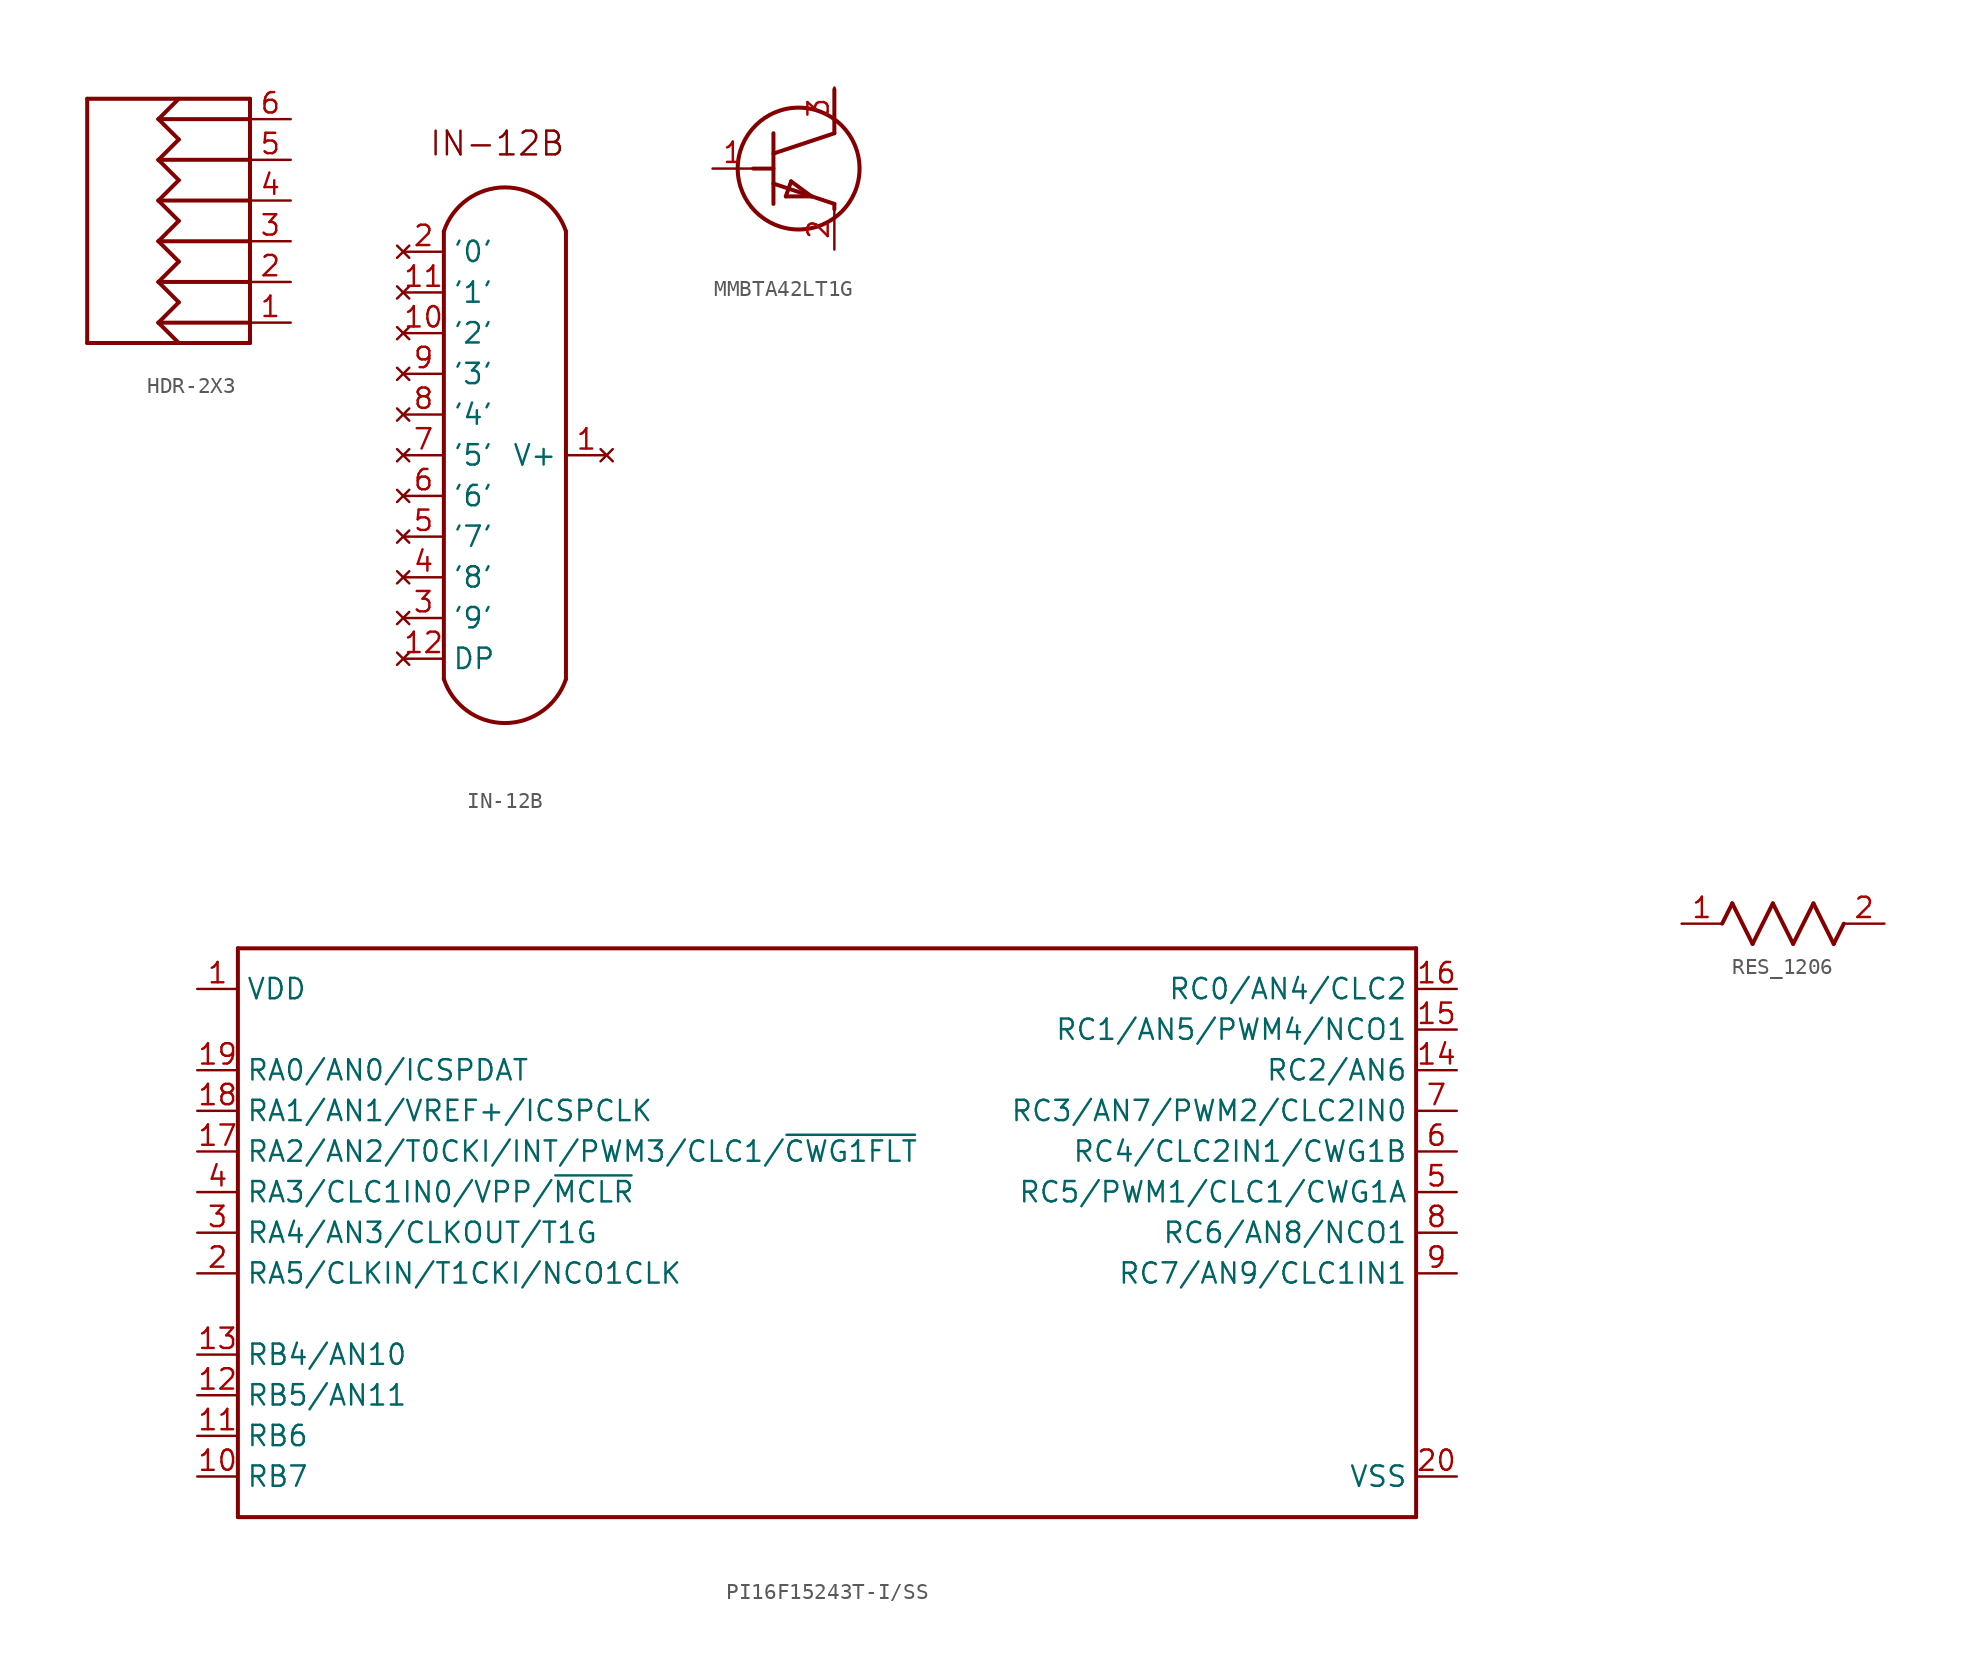
<source format=kicad_sym>
(kicad_symbol_lib
  (version 20231120)
  (generator "kicad_symbol_editor")
  (generator_version "8.0")
  (symbol "HDR-2X3"
    (property "Reference" "J"
      (at 0 0 0)
      (effects (font (size 1.27 1.27)) (hide yes)))
    (property "ki_locked" ""
      (at 0 0 0)
      (effects (font (size 1.27 1.27))))
    (symbol "HDR-2X3_1_0"
      (polyline (pts (xy -5.08 -7.62) (xy -5.08 7.62)) (stroke (width 0.25) (type solid)) (fill (type none)))
      (polyline (pts (xy -5.08 7.62) (xy 5.08 7.62)) (stroke (width 0.25) (type solid)) (fill (type none)))
      (polyline (pts (xy -0.635 -6.35) (xy 0.635 -7.62)) (stroke (width 0.25) (type solid)) (fill (type none)))
      (polyline (pts (xy -0.635 -6.35) (xy 0.635 -5.08)) (stroke (width 0.25) (type solid)) (fill (type none)))
      (polyline (pts (xy -0.635 -6.35) (xy 5.08 -6.35)) (stroke (width 0.25) (type solid)) (fill (type none)))
      (polyline (pts (xy -0.635 -3.81) (xy 0.635 -5.08)) (stroke (width 0.25) (type solid)) (fill (type none)))
      (polyline (pts (xy -0.635 -3.81) (xy 0.635 -2.54)) (stroke (width 0.25) (type solid)) (fill (type none)))
      (polyline (pts (xy -0.635 -3.81) (xy 5.08 -3.81)) (stroke (width 0.25) (type solid)) (fill (type none)))
      (polyline (pts (xy -0.635 -1.27) (xy 0.635 -2.54)) (stroke (width 0.25) (type solid)) (fill (type none)))
      (polyline (pts (xy -0.635 -1.27) (xy 0.635 0)) (stroke (width 0.25) (type solid)) (fill (type none)))
      (polyline (pts (xy -0.635 -1.27) (xy 5.08 -1.27)) (stroke (width 0.25) (type solid)) (fill (type none)))
      (polyline (pts (xy -0.635 1.27) (xy 0.635 0)) (stroke (width 0.25) (type solid)) (fill (type none)))
      (polyline (pts (xy -0.635 1.27) (xy 0.635 2.54)) (stroke (width 0.25) (type solid)) (fill (type none)))
      (polyline (pts (xy -0.635 1.27) (xy 5.08 1.27)) (stroke (width 0.25) (type solid)) (fill (type none)))
      (polyline (pts (xy -0.635 3.81) (xy 0.635 2.54)) (stroke (width 0.25) (type solid)) (fill (type none)))
      (polyline (pts (xy -0.635 3.81) (xy 0.635 5.08)) (stroke (width 0.25) (type solid)) (fill (type none)))
      (polyline (pts (xy -0.635 3.81) (xy 5.08 3.81)) (stroke (width 0.25) (type solid)) (fill (type none)))
      (polyline (pts (xy -0.635 6.35) (xy 0.635 5.08)) (stroke (width 0.25) (type solid)) (fill (type none)))
      (polyline (pts (xy -0.635 6.35) (xy 0.635 7.62)) (stroke (width 0.25) (type solid)) (fill (type none)))
      (polyline (pts (xy -0.635 6.35) (xy 5.08 6.35)) (stroke (width 0.25) (type solid)) (fill (type none)))
      (polyline (pts (xy 5.08 -7.62) (xy -5.08 -7.62)) (stroke (width 0.25) (type solid)) (fill (type none)))
      (polyline (pts (xy 5.08 7.62) (xy 5.08 -7.62)) (stroke (width 0.25) (type solid)) (fill (type none)))
      (pin passive line (at 7.62 -6.35 180) (length 2.54) (name "P1" (effects (font (size 0 0)))) (number "1" (effects (font (size 1.27 1.27)))))
      (pin passive line (at 7.62 -3.81 180) (length 2.54) (name "P2" (effects (font (size 0 0)))) (number "2" (effects (font (size 1.27 1.27)))))
      (pin passive line (at 7.62 -1.27 180) (length 2.54) (name "P3" (effects (font (size 0 0)))) (number "3" (effects (font (size 1.27 1.27)))))
      (pin passive line (at 7.62 1.27 180) (length 2.54) (name "P4" (effects (font (size 0 0)))) (number "4" (effects (font (size 1.27 1.27)))))
      (pin passive line (at 7.62 3.81 180) (length 2.54) (name "P5" (effects (font (size 0 0)))) (number "5" (effects (font (size 1.27 1.27)))))
      (pin passive line (at 7.62 6.35 180) (length 2.54) (name "P6" (effects (font (size 0 0)))) (number "6" (effects (font (size 1.27 1.27)))))))
  (symbol "IN-12B"
    (property "Reference" "V"
      (at 0 0 0)
      (effects (font (size 1.27 1.27)) (hide yes)))
    (property "ki_locked" ""
      (at 0 0 0)
      (effects (font (size 1.27 1.27))))
    (symbol "IN-12B_1_0"
      (arc (start -3.81 -15.772) (mid 0.0001 -18.518) (end 3.8101 -15.7718) (stroke (width 0.25) (type solid)) (fill (type none)))
      (polyline (pts (xy -3.81 -15.772) (xy -3.81 12.168)) (stroke (width 0.25) (type solid)) (fill (type none)))
      (polyline (pts (xy 3.81 12.168) (xy 3.81 -15.772)) (stroke (width 0.25) (type solid)) (fill (type none)))
      (arc (start 3.81 12.168) (mid -0.0001 14.914) (end -3.8101 12.1678) (stroke (width 0.25) (type solid)) (fill (type none)))
      (text "IN-12B" (at 3.81 18.518 0) (effects (font (size 1.48 1.48)) (justify right top)))
      (pin no_connect line (at 6.35 -1.802 180) (length 2.54) (name "V+" (effects (font (size 1.27 1.27)))) (number "1" (effects (font (size 1.27 1.27)))))
      (pin no_connect line (at -6.35 5.818 0) (length 2.54) (name "'2'" (effects (font (size 1.27 1.27)))) (number "10" (effects (font (size 1.27 1.27)))))
      (pin no_connect line (at -6.35 8.358 0) (length 2.54) (name "'1'" (effects (font (size 1.27 1.27)))) (number "11" (effects (font (size 1.27 1.27)))))
      (pin no_connect line (at -6.35 -14.502 0) (length 2.54) (name "DP" (effects (font (size 1.27 1.27)))) (number "12" (effects (font (size 1.27 1.27)))))
      (pin no_connect line (at -6.35 10.898 0) (length 2.54) (name "'0'" (effects (font (size 1.27 1.27)))) (number "2" (effects (font (size 1.27 1.27)))))
      (pin no_connect line (at -6.35 -11.962 0) (length 2.54) (name "'9'" (effects (font (size 1.27 1.27)))) (number "3" (effects (font (size 1.27 1.27)))))
      (pin no_connect line (at -6.35 -9.422 0) (length 2.54) (name "'8'" (effects (font (size 1.27 1.27)))) (number "4" (effects (font (size 1.27 1.27)))))
      (pin no_connect line (at -6.35 -6.882 0) (length 2.54) (name "'7'" (effects (font (size 1.27 1.27)))) (number "5" (effects (font (size 1.27 1.27)))))
      (pin no_connect line (at -6.35 -4.342 0) (length 2.54) (name "'6'" (effects (font (size 1.27 1.27)))) (number "6" (effects (font (size 1.27 1.27)))))
      (pin no_connect line (at -6.35 -1.802 0) (length 2.54) (name "'5'" (effects (font (size 1.27 1.27)))) (number "7" (effects (font (size 1.27 1.27)))))
      (pin no_connect line (at -6.35 0.738 0) (length 2.54) (name "'4'" (effects (font (size 1.27 1.27)))) (number "8" (effects (font (size 1.27 1.27)))))
      (pin no_connect line (at -6.35 3.278 0) (length 2.54) (name "'3'" (effects (font (size 1.27 1.27)))) (number "9" (effects (font (size 1.27 1.27)))))))
  (symbol "MMBTA42LT1G"
    (property "Reference" "Q"
      (at 0 0 0)
      (effects (font (size 1.27 1.27)) (hide yes)))
    (property "ki_locked" ""
      (at 0 0 0)
      (effects (font (size 1.27 1.27))))
    (symbol "MMBTA42LT1G_1_0"
      (circle (center 0 -0.571) (radius 3.81) (stroke (width 0.254) (type solid)) (fill (type none)))
      (polyline (pts (xy -2.845 -0.572) (xy -1.575 -0.572)) (stroke (width 0.25) (type solid)) (fill (type none)))
      (polyline (pts (xy -1.575 -2.781) (xy -1.575 1.638)) (stroke (width 0.25) (type solid)) (fill (type none)))
      (polyline (pts (xy -1.575 -1.511) (xy 2.235 -2.781)) (stroke (width 0.25) (type solid)) (fill (type none)))
      (polyline (pts (xy -1.575 0.368) (xy 2.235 1.638)) (stroke (width 0.25) (type solid)) (fill (type none)))
      (polyline (pts (xy -0.8 -2.311) (xy -0.47 -1.372)) (stroke (width 0.25) (type solid)) (fill (type none)))
      (polyline (pts (xy -0.47 -1.372) (xy 0.8 -2.311)) (stroke (width 0.25) (type solid)) (fill (type none)))
      (polyline (pts (xy 0.8 -2.311) (xy -0.8 -2.311)) (stroke (width 0.25) (type solid)) (fill (type none)))
      (polyline (pts (xy 2.235 -3.111) (xy 2.235 -2.781)) (stroke (width 0.25) (type solid)) (fill (type none)))
      (polyline (pts (xy 2.235 1.638) (xy 2.235 4.381)) (stroke (width 0.25) (type solid)) (fill (type none)))
      (pin passive line (at -5.385 -0.572 0) (length 2.54) (name "B" (effects (font (size 0 0)))) (number "1" (effects (font (size 1.27 1.27)))))
      (pin passive line (at 2.235 -5.639 90) (length 2.54) (name "E" (effects (font (size 0 0)))) (number "2" (effects (font (size 1.27 1.27)))))
      (pin passive line (at 2.235 4.496 270) (length 2.54) (name "C" (effects (font (size 0 0)))) (number "3" (effects (font (size 1.27 1.27)))))))
  (symbol "PI16F15243T-I/SS"
    (property "Reference" "U"
      (at 0 0 0)
      (effects (font (size 1.27 1.27)) (hide yes)))
    (property "ki_locked" ""
      (at 0 0 0)
      (effects (font (size 1.27 1.27))))
    (symbol "PI16F15243T-I/SS_1_0"
      (polyline (pts (xy -36.83 -17.78) (xy -36.83 17.78)) (stroke (width 0.25) (type solid)) (fill (type none)))
      (polyline (pts (xy -36.83 17.78) (xy 36.83 17.78)) (stroke (width 0.25) (type solid)) (fill (type none)))
      (polyline (pts (xy 36.83 -17.78) (xy -36.83 -17.78)) (stroke (width 0.25) (type solid)) (fill (type none)))
      (polyline (pts (xy 36.83 17.78) (xy 36.83 -17.78)) (stroke (width 0.25) (type solid)) (fill (type none)))
      (pin power_in line (at -39.37 15.24 0) (length 2.54) (name "VDD" (effects (font (size 1.27 1.27)))) (number "1" (effects (font (size 1.27 1.27)))))
      (pin bidirectional line (at -39.37 -15.24 0) (length 2.54) (name "RB7" (effects (font (size 1.27 1.27)))) (number "10" (effects (font (size 1.27 1.27)))))
      (pin bidirectional line (at -39.37 -12.7 0) (length 2.54) (name "RB6" (effects (font (size 1.27 1.27)))) (number "11" (effects (font (size 1.27 1.27)))))
      (pin bidirectional line (at -39.37 -10.16 0) (length 2.54) (name "RB5/AN11" (effects (font (size 1.27 1.27)))) (number "12" (effects (font (size 1.27 1.27)))))
      (pin bidirectional line (at -39.37 -7.62 0) (length 2.54) (name "RB4/AN10" (effects (font (size 1.27 1.27)))) (number "13" (effects (font (size 1.27 1.27)))))
      (pin bidirectional line (at 39.37 10.16 180) (length 2.54) (name "RC2/AN6" (effects (font (size 1.27 1.27)))) (number "14" (effects (font (size 1.27 1.27)))))
      (pin bidirectional line (at 39.37 12.7 180) (length 2.54) (name "RC1/AN5/PWM4/NCO1" (effects (font (size 1.27 1.27)))) (number "15" (effects (font (size 1.27 1.27)))))
      (pin bidirectional line (at 39.37 15.24 180) (length 2.54) (name "RC0/AN4/CLC2" (effects (font (size 1.27 1.27)))) (number "16" (effects (font (size 1.27 1.27)))))
      (pin bidirectional line (at -39.37 5.08 0) (length 2.54) (name "RA2/AN2/T0CKI/INT/PWM3/CLC1/~{CWG1FLT}" (effects (font (size 1.27 1.27)))) (number "17" (effects (font (size 1.27 1.27)))))
      (pin bidirectional line (at -39.37 7.62 0) (length 2.54) (name "RA1/AN1/VREF+/ICSPCLK" (effects (font (size 1.27 1.27)))) (number "18" (effects (font (size 1.27 1.27)))))
      (pin bidirectional line (at -39.37 10.16 0) (length 2.54) (name "RA0/AN0/ICSPDAT" (effects (font (size 1.27 1.27)))) (number "19" (effects (font (size 1.27 1.27)))))
      (pin bidirectional line (at -39.37 -2.54 0) (length 2.54) (name "RA5/CLKIN/T1CKI/NCO1CLK" (effects (font (size 1.27 1.27)))) (number "2" (effects (font (size 1.27 1.27)))))
      (pin power_in line (at 39.37 -15.24 180) (length 2.54) (name "VSS" (effects (font (size 1.27 1.27)))) (number "20" (effects (font (size 1.27 1.27)))))
      (pin bidirectional line (at -39.37 0 0) (length 2.54) (name "RA4/AN3/CLKOUT/T1G" (effects (font (size 1.27 1.27)))) (number "3" (effects (font (size 1.27 1.27)))))
      (pin power_in line (at -39.37 2.54 0) (length 2.54) (name "RA3/CLC1IN0/VPP/~{MCLR}" (effects (font (size 1.27 1.27)))) (number "4" (effects (font (size 1.27 1.27)))))
      (pin bidirectional line (at 39.37 2.54 180) (length 2.54) (name "RC5/PWM1/CLC1/CWG1A" (effects (font (size 1.27 1.27)))) (number "5" (effects (font (size 1.27 1.27)))))
      (pin bidirectional line (at 39.37 5.08 180) (length 2.54) (name "RC4/CLC2IN1/CWG1B" (effects (font (size 1.27 1.27)))) (number "6" (effects (font (size 1.27 1.27)))))
      (pin bidirectional line (at 39.37 7.62 180) (length 2.54) (name "RC3/AN7/PWM2/CLC2IN0" (effects (font (size 1.27 1.27)))) (number "7" (effects (font (size 1.27 1.27)))))
      (pin bidirectional line (at 39.37 0 180) (length 2.54) (name "RC6/AN8/NCO1" (effects (font (size 1.27 1.27)))) (number "8" (effects (font (size 1.27 1.27)))))
      (pin bidirectional line (at 39.37 -2.54 180) (length 2.54) (name "RC7/AN9/CLC1IN1" (effects (font (size 1.27 1.27)))) (number "9" (effects (font (size 1.27 1.27)))))))
  (symbol "RES_1206"
    (property "Reference" "R"
      (at 0 0 0)
      (effects (font (size 1.27 1.27)) (hide yes)))
    (property "ki_locked" ""
      (at 0 0 0)
      (effects (font (size 1.27 1.27))))
    (symbol "RES_1206_1_0"
      (polyline (pts (xy -3.81 0) (xy -3.175 1.27)) (stroke (width 0.25) (type solid)) (fill (type none)))
      (polyline (pts (xy -3.175 1.27) (xy -1.905 -1.27)) (stroke (width 0.25) (type solid)) (fill (type none)))
      (polyline (pts (xy -1.905 -1.27) (xy -0.635 1.27)) (stroke (width 0.25) (type solid)) (fill (type none)))
      (polyline (pts (xy -0.635 1.27) (xy 0.635 -1.27)) (stroke (width 0.25) (type solid)) (fill (type none)))
      (polyline (pts (xy 0.635 -1.27) (xy 1.905 1.27)) (stroke (width 0.25) (type solid)) (fill (type none)))
      (polyline (pts (xy 1.905 1.27) (xy 3.175 -1.27)) (stroke (width 0.25) (type solid)) (fill (type none)))
      (polyline (pts (xy 3.175 -1.27) (xy 3.81 0)) (stroke (width 0.25) (type solid)) (fill (type none)))
      (pin passive line (at -6.35 0 0) (length 2.54) (name "1" (effects (font (size 0 0)))) (number "1" (effects (font (size 1.27 1.27)))))
      (pin passive line (at 6.35 0 180) (length 2.54) (name "2" (effects (font (size 0 0)))) (number "2" (effects (font (size 1.27 1.27))))))))
</source>
